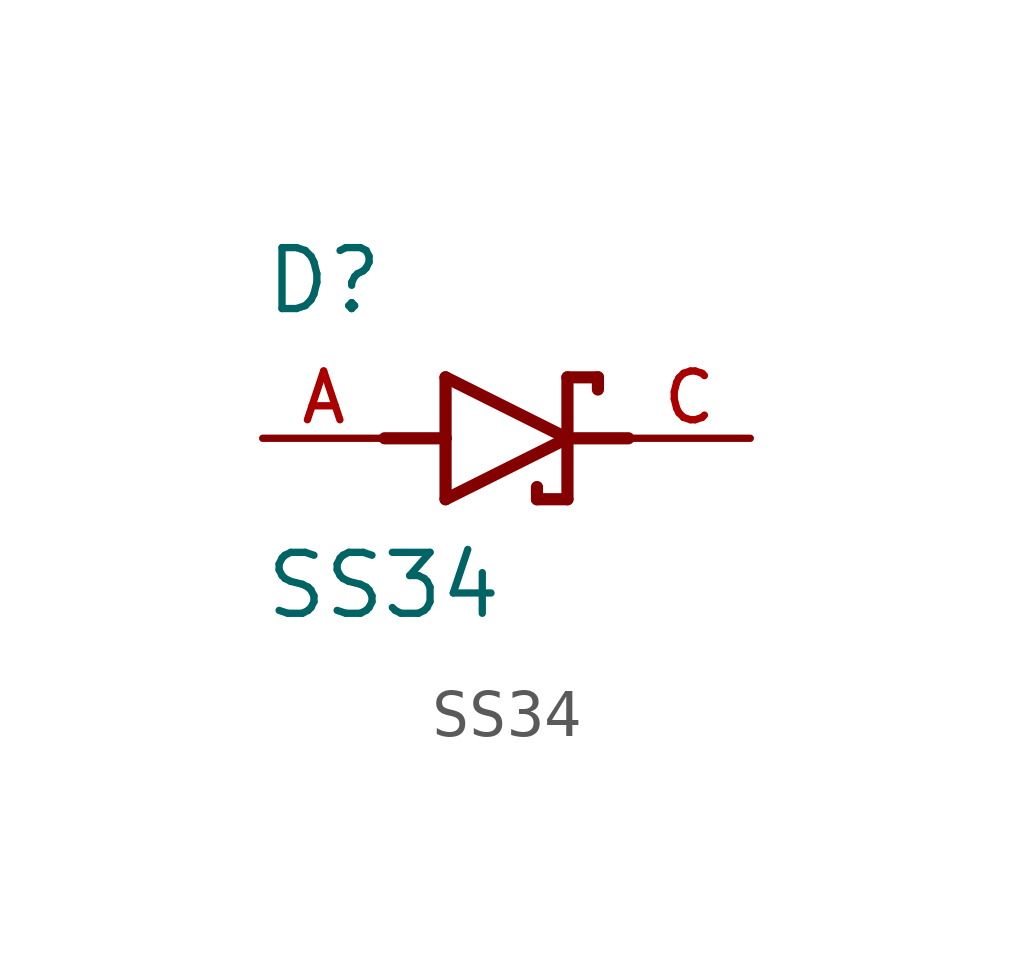
<source format=kicad_sym>
(kicad_symbol_lib
  (version 20241209)
  (generator "kicad_symbol_editor")
  (generator_version "9.0")
  (symbol "SS34"
    (pin_names
      (offset 1.016))
    (property "Reference" "D"
      (at -5.08 2.54 0)
      (effects (font (size 1.27 1.27)) (justify left bottom)))
    (property "Value" "SS34"
      (at -5.08 -3.81 0)
      (effects (font (size 1.27 1.27)) (justify left bottom)))
    (symbol "SS34_0_0"
      (polyline (pts (xy -2.54 0) (xy -1.27 0)) (stroke (width 0.254) (type default)) (fill (type none)))
      (polyline (pts (xy -1.27 1.27) (xy -1.27 0)) (stroke (width 0.254) (type default)) (fill (type none)))
      (polyline (pts (xy -1.27 0) (xy -1.27 -1.27)) (stroke (width 0.254) (type default)) (fill (type none)))
      (polyline (pts (xy -1.27 -1.27) (xy 1.27 0)) (stroke (width 0.254) (type default)) (fill (type none)))
      (polyline (pts (xy 0.635 -1.016) (xy 0.635 -1.27)) (stroke (width 0.254) (type default)) (fill (type none)))
      (polyline (pts (xy 1.27 1.27) (xy 1.27 0)) (stroke (width 0.254) (type default)) (fill (type none)))
      (polyline (pts (xy 1.27 0) (xy -1.27 1.27)) (stroke (width 0.254) (type default)) (fill (type none)))
      (polyline (pts (xy 1.27 0) (xy 1.27 -1.27)) (stroke (width 0.254) (type default)) (fill (type none)))
      (polyline (pts (xy 1.27 -1.27) (xy 0.635 -1.27)) (stroke (width 0.254) (type default)) (fill (type none)))
      (polyline (pts (xy 1.905 1.27) (xy 1.27 1.27)) (stroke (width 0.254) (type default)) (fill (type none)))
      (polyline (pts (xy 1.905 1.27) (xy 1.905 1.016)) (stroke (width 0.254) (type default)) (fill (type none)))
      (polyline (pts (xy 2.54 0) (xy 1.27 0)) (stroke (width 0.254) (type default)) (fill (type none)))
      (pin passive line (at -5.08 0 0) (length 2.54) (name "~" (effects (font (size 1.016 1.016)))) (number "A" (effects (font (size 1.016 1.016)))))
      (pin passive line (at 5.08 0 180) (length 2.54) (name "~" (effects (font (size 1.016 1.016)))) (number "C" (effects (font (size 1.016 1.016))))))))
</source>
